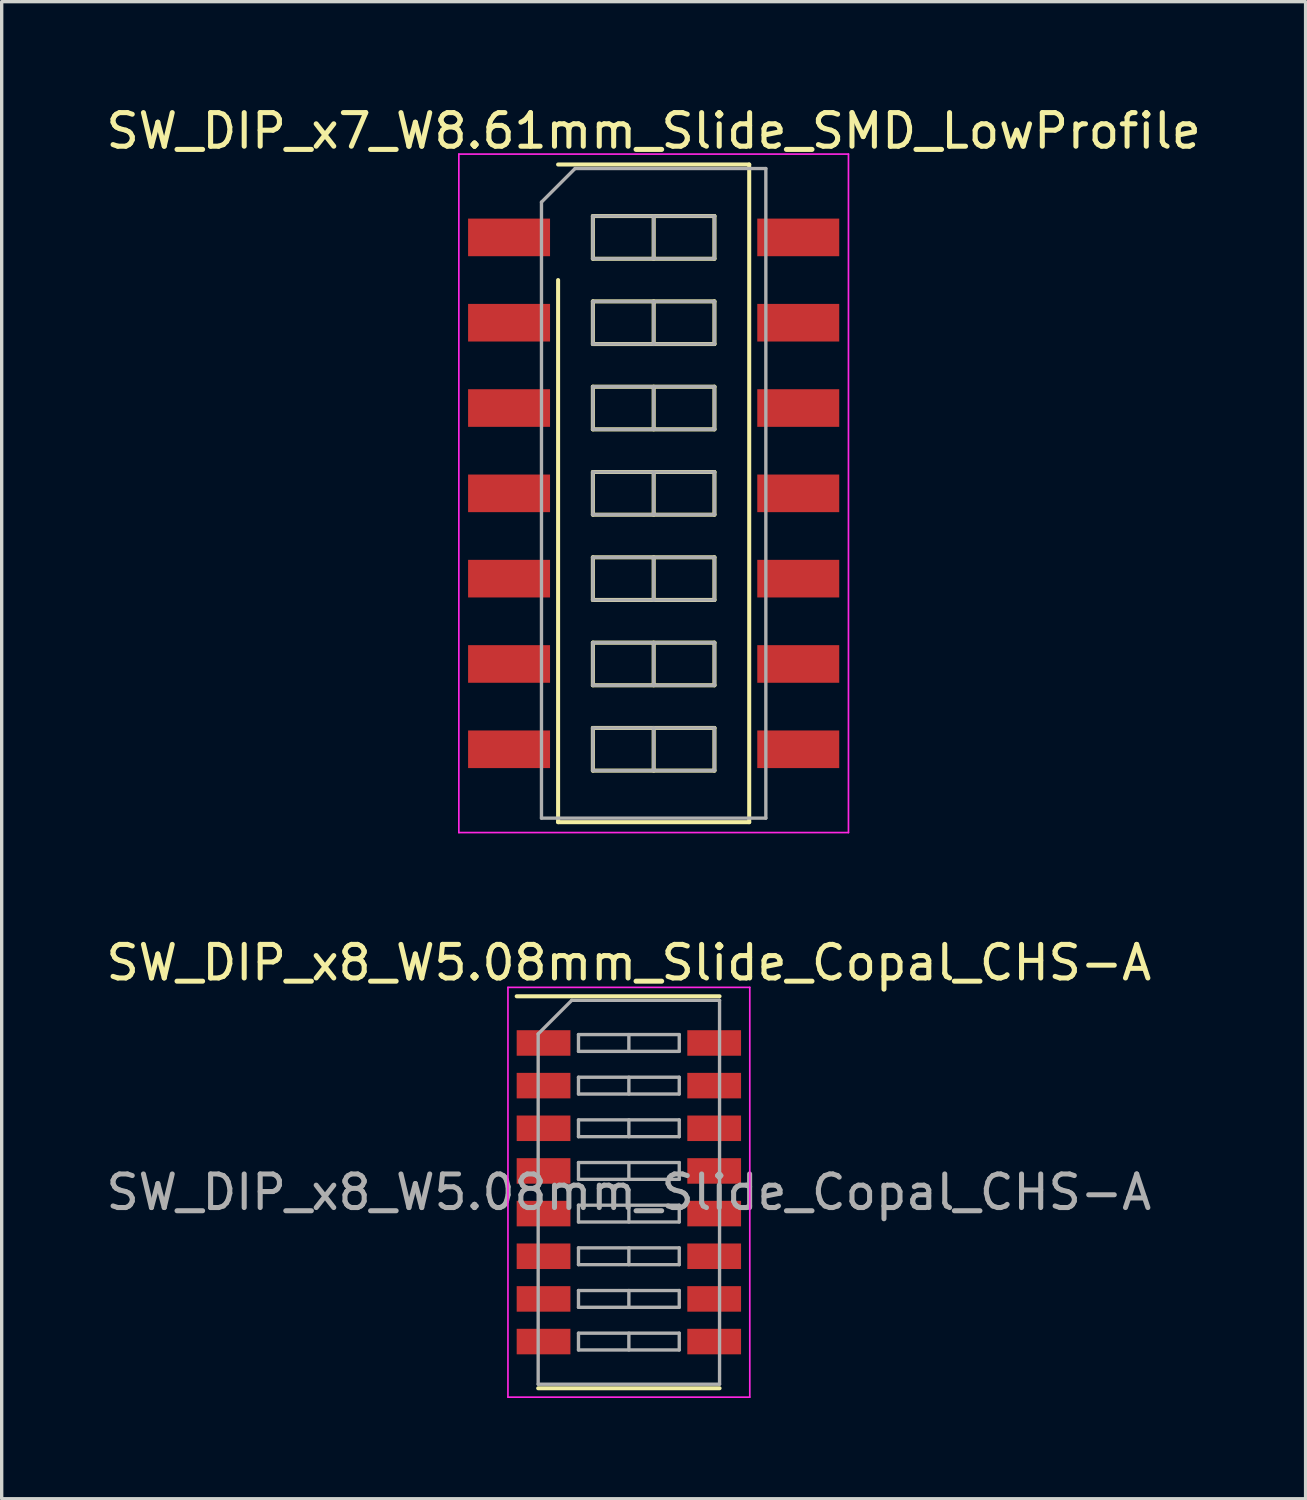
<source format=kicad_pcb>
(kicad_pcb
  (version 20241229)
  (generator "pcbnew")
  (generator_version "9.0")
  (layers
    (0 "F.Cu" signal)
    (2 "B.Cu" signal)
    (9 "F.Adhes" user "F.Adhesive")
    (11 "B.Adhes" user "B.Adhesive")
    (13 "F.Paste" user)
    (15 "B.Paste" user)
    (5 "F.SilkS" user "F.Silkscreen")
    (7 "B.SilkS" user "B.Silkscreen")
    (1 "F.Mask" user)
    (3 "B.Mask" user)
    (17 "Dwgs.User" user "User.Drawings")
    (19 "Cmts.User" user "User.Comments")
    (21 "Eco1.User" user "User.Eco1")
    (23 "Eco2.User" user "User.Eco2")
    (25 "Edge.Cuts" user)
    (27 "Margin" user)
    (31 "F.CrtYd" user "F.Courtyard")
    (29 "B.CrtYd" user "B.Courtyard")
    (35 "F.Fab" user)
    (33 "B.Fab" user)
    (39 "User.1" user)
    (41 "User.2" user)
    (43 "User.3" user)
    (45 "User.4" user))
  (footprint "SW_DIP_x7_W8.61mm_Slide_SMD_LowProfile"
    (layer "F.Cu")
    (at 16.411 11.638)
    (property "Reference" "SW_DIP_x7_W8.61mm_Slide_SMD_LowProfile" (at 0 -10.79 0) (layer "F.SilkS") (effects (font (size 1 1) (thickness 0.15))))
    (attr smd)
    (fp_line (start -2.845 -9.79) (end 2.845 -9.79) (stroke (width 0.12) (type solid)) (layer "F.SilkS"))
    (fp_line (start -2.845 9.79) (end -2.845 -6.35) (stroke (width 0.12) (type solid)) (layer "F.SilkS"))
    (fp_line (start -1.81 -8.255) (end -1.81 -6.985) (stroke (width 0.12) (type solid)) (layer "F.SilkS"))
    (fp_line (start -1.81 -6.985) (end 1.81 -6.985) (stroke (width 0.12) (type solid)) (layer "F.SilkS"))
    (fp_line (start -1.81 -5.715) (end -1.81 -4.445) (stroke (width 0.12) (type solid)) (layer "F.SilkS"))
    (fp_line (start -1.81 -4.445) (end 1.81 -4.445) (stroke (width 0.12) (type solid)) (layer "F.SilkS"))
    (fp_line (start -1.81 -3.175) (end -1.81 -1.905) (stroke (width 0.12) (type solid)) (layer "F.SilkS"))
    (fp_line (start -1.81 -1.905) (end 1.81 -1.905) (stroke (width 0.12) (type solid)) (layer "F.SilkS"))
    (fp_line (start -1.81 -0.635) (end -1.81 0.635) (stroke (width 0.12) (type solid)) (layer "F.SilkS"))
    (fp_line (start -1.81 0.635) (end 1.81 0.635) (stroke (width 0.12) (type solid)) (layer "F.SilkS"))
    (fp_line (start -1.81 1.905) (end -1.81 3.175) (stroke (width 0.12) (type solid)) (layer "F.SilkS"))
    (fp_line (start -1.81 3.175) (end 1.81 3.175) (stroke (width 0.12) (type solid)) (layer "F.SilkS"))
    (fp_line (start -1.81 4.445) (end -1.81 5.715) (stroke (width 0.12) (type solid)) (layer "F.SilkS"))
    (fp_line (start -1.81 5.715) (end 1.81 5.715) (stroke (width 0.12) (type solid)) (layer "F.SilkS"))
    (fp_line (start -1.81 6.985) (end -1.81 8.255) (stroke (width 0.12) (type solid)) (layer "F.SilkS"))
    (fp_line (start -1.81 8.255) (end 1.81 8.255) (stroke (width 0.12) (type solid)) (layer "F.SilkS"))
    (fp_line (start 0 -8.255) (end 0 -6.985) (stroke (width 0.12) (type solid)) (layer "F.SilkS"))
    (fp_line (start 0 -5.715) (end 0 -4.445) (stroke (width 0.12) (type solid)) (layer "F.SilkS"))
    (fp_line (start 0 -3.175) (end 0 -1.905) (stroke (width 0.12) (type solid)) (layer "F.SilkS"))
    (fp_line (start 0 -0.635) (end 0 0.635) (stroke (width 0.12) (type solid)) (layer "F.SilkS"))
    (fp_line (start 0 1.905) (end 0 3.175) (stroke (width 0.12) (type solid)) (layer "F.SilkS"))
    (fp_line (start 0 4.445) (end 0 5.715) (stroke (width 0.12) (type solid)) (layer "F.SilkS"))
    (fp_line (start 0 6.985) (end 0 8.255) (stroke (width 0.12) (type solid)) (layer "F.SilkS"))
    (fp_line (start 1.81 -8.255) (end -1.81 -8.255) (stroke (width 0.12) (type solid)) (layer "F.SilkS"))
    (fp_line (start 1.81 -6.985) (end 1.81 -8.255) (stroke (width 0.12) (type solid)) (layer "F.SilkS"))
    (fp_line (start 1.81 -5.715) (end -1.81 -5.715) (stroke (width 0.12) (type solid)) (layer "F.SilkS"))
    (fp_line (start 1.81 -4.445) (end 1.81 -5.715) (stroke (width 0.12) (type solid)) (layer "F.SilkS"))
    (fp_line (start 1.81 -3.175) (end -1.81 -3.175) (stroke (width 0.12) (type solid)) (layer "F.SilkS"))
    (fp_line (start 1.81 -1.905) (end 1.81 -3.175) (stroke (width 0.12) (type solid)) (layer "F.SilkS"))
    (fp_line (start 1.81 -0.635) (end -1.81 -0.635) (stroke (width 0.12) (type solid)) (layer "F.SilkS"))
    (fp_line (start 1.81 0.635) (end 1.81 -0.635) (stroke (width 0.12) (type solid)) (layer "F.SilkS"))
    (fp_line (start 1.81 1.905) (end -1.81 1.905) (stroke (width 0.12) (type solid)) (layer "F.SilkS"))
    (fp_line (start 1.81 3.175) (end 1.81 1.905) (stroke (width 0.12) (type solid)) (layer "F.SilkS"))
    (fp_line (start 1.81 4.445) (end -1.81 4.445) (stroke (width 0.12) (type solid)) (layer "F.SilkS"))
    (fp_line (start 1.81 5.715) (end 1.81 4.445) (stroke (width 0.12) (type solid)) (layer "F.SilkS"))
    (fp_line (start 1.81 6.985) (end -1.81 6.985) (stroke (width 0.12) (type solid)) (layer "F.SilkS"))
    (fp_line (start 1.81 8.255) (end 1.81 6.985) (stroke (width 0.12) (type solid)) (layer "F.SilkS"))
    (fp_line (start 2.845 -9.79) (end 2.845 9.79) (stroke (width 0.12) (type solid)) (layer "F.SilkS"))
    (fp_line (start 2.845 9.79) (end -2.845 9.79) (stroke (width 0.12) (type solid)) (layer "F.SilkS"))
    (fp_line (start -5.8 -10.1) (end -5.8 10.1) (stroke (width 0.05) (type solid)) (layer "F.CrtYd"))
    (fp_line (start -5.8 10.1) (end 5.8 10.1) (stroke (width 0.05) (type solid)) (layer "F.CrtYd"))
    (fp_line (start 5.8 -10.1) (end -5.8 -10.1) (stroke (width 0.05) (type solid)) (layer "F.CrtYd"))
    (fp_line (start 5.8 10.1) (end 5.8 -10.1) (stroke (width 0.05) (type solid)) (layer "F.CrtYd"))
    (fp_line (start -3.34 -8.67) (end -2.34 -9.67) (stroke (width 0.1) (type solid)) (layer "F.Fab"))
    (fp_line (start -3.34 9.67) (end -3.34 -8.67) (stroke (width 0.1) (type solid)) (layer "F.Fab"))
    (fp_line (start -2.34 -9.67) (end 3.34 -9.67) (stroke (width 0.1) (type solid)) (layer "F.Fab"))
    (fp_line (start -1.81 -8.255) (end -1.81 -6.985) (stroke (width 0.1) (type solid)) (layer "F.Fab"))
    (fp_line (start -1.81 -6.985) (end 1.81 -6.985) (stroke (width 0.1) (type solid)) (layer "F.Fab"))
    (fp_line (start -1.81 -5.715) (end -1.81 -4.445) (stroke (width 0.1) (type solid)) (layer "F.Fab"))
    (fp_line (start -1.81 -4.445) (end 1.81 -4.445) (stroke (width 0.1) (type solid)) (layer "F.Fab"))
    (fp_line (start -1.81 -3.175) (end -1.81 -1.905) (stroke (width 0.1) (type solid)) (layer "F.Fab"))
    (fp_line (start -1.81 -1.905) (end 1.81 -1.905) (stroke (width 0.1) (type solid)) (layer "F.Fab"))
    (fp_line (start -1.81 -0.635) (end -1.81 0.635) (stroke (width 0.1) (type solid)) (layer "F.Fab"))
    (fp_line (start -1.81 0.635) (end 1.81 0.635) (stroke (width 0.1) (type solid)) (layer "F.Fab"))
    (fp_line (start -1.81 1.905) (end -1.81 3.175) (stroke (width 0.1) (type solid)) (layer "F.Fab"))
    (fp_line (start -1.81 3.175) (end 1.81 3.175) (stroke (width 0.1) (type solid)) (layer "F.Fab"))
    (fp_line (start -1.81 4.445) (end -1.81 5.715) (stroke (width 0.1) (type solid)) (layer "F.Fab"))
    (fp_line (start -1.81 5.715) (end 1.81 5.715) (stroke (width 0.1) (type solid)) (layer "F.Fab"))
    (fp_line (start -1.81 6.985) (end -1.81 8.255) (stroke (width 0.1) (type solid)) (layer "F.Fab"))
    (fp_line (start -1.81 8.255) (end 1.81 8.255) (stroke (width 0.1) (type solid)) (layer "F.Fab"))
    (fp_line (start 0 -8.255) (end 0 -6.985) (stroke (width 0.1) (type solid)) (layer "F.Fab"))
    (fp_line (start 0 -5.715) (end 0 -4.445) (stroke (width 0.1) (type solid)) (layer "F.Fab"))
    (fp_line (start 0 -3.175) (end 0 -1.905) (stroke (width 0.1) (type solid)) (layer "F.Fab"))
    (fp_line (start 0 -0.635) (end 0 0.635) (stroke (width 0.1) (type solid)) (layer "F.Fab"))
    (fp_line (start 0 1.905) (end 0 3.175) (stroke (width 0.1) (type solid)) (layer "F.Fab"))
    (fp_line (start 0 4.445) (end 0 5.715) (stroke (width 0.1) (type solid)) (layer "F.Fab"))
    (fp_line (start 0 6.985) (end 0 8.255) (stroke (width 0.1) (type solid)) (layer "F.Fab"))
    (fp_line (start 1.81 -8.255) (end -1.81 -8.255) (stroke (width 0.1) (type solid)) (layer "F.Fab"))
    (fp_line (start 1.81 -6.985) (end 1.81 -8.255) (stroke (width 0.1) (type solid)) (layer "F.Fab"))
    (fp_line (start 1.81 -5.715) (end -1.81 -5.715) (stroke (width 0.1) (type solid)) (layer "F.Fab"))
    (fp_line (start 1.81 -4.445) (end 1.81 -5.715) (stroke (width 0.1) (type solid)) (layer "F.Fab"))
    (fp_line (start 1.81 -3.175) (end -1.81 -3.175) (stroke (width 0.1) (type solid)) (layer "F.Fab"))
    (fp_line (start 1.81 -1.905) (end 1.81 -3.175) (stroke (width 0.1) (type solid)) (layer "F.Fab"))
    (fp_line (start 1.81 -0.635) (end -1.81 -0.635) (stroke (width 0.1) (type solid)) (layer "F.Fab"))
    (fp_line (start 1.81 0.635) (end 1.81 -0.635) (stroke (width 0.1) (type solid)) (layer "F.Fab"))
    (fp_line (start 1.81 1.905) (end -1.81 1.905) (stroke (width 0.1) (type solid)) (layer "F.Fab"))
    (fp_line (start 1.81 3.175) (end 1.81 1.905) (stroke (width 0.1) (type solid)) (layer "F.Fab"))
    (fp_line (start 1.81 4.445) (end -1.81 4.445) (stroke (width 0.1) (type solid)) (layer "F.Fab"))
    (fp_line (start 1.81 5.715) (end 1.81 4.445) (stroke (width 0.1) (type solid)) (layer "F.Fab"))
    (fp_line (start 1.81 6.985) (end -1.81 6.985) (stroke (width 0.1) (type solid)) (layer "F.Fab"))
    (fp_line (start 1.81 8.255) (end 1.81 6.985) (stroke (width 0.1) (type solid)) (layer "F.Fab"))
    (fp_line (start 3.34 -9.67) (end 3.34 9.67) (stroke (width 0.1) (type solid)) (layer "F.Fab"))
    (fp_line (start 3.34 9.67) (end -3.34 9.67) (stroke (width 0.1) (type solid)) (layer "F.Fab"))
    (pad "1" smd rect (at -4.305 -7.62) (size 2.44 1.12) (layers "F.Cu" "F.Mask"))
    (pad "2" smd rect (at -4.305 -5.08) (size 2.44 1.12) (layers "F.Cu" "F.Mask"))
    (pad "3" smd rect (at -4.305 -2.54) (size 2.44 1.12) (layers "F.Cu" "F.Mask"))
    (pad "4" smd rect (at -4.305 0) (size 2.44 1.12) (layers "F.Cu" "F.Mask"))
    (pad "5" smd rect (at -4.305 2.54) (size 2.44 1.12) (layers "F.Cu" "F.Mask"))
    (pad "6" smd rect (at -4.305 5.08) (size 2.44 1.12) (layers "F.Cu" "F.Mask"))
    (pad "7" smd rect (at -4.305 7.62) (size 2.44 1.12) (layers "F.Cu" "F.Mask"))
    (pad "8" smd rect (at 4.305 7.62) (size 2.44 1.12) (layers "F.Cu" "F.Mask"))
    (pad "9" smd rect (at 4.305 5.08) (size 2.44 1.12) (layers "F.Cu" "F.Mask"))
    (pad "10" smd rect (at 4.305 2.54) (size 2.44 1.12) (layers "F.Cu" "F.Mask"))
    (pad "11" smd rect (at 4.305 0) (size 2.44 1.12) (layers "F.Cu" "F.Mask"))
    (pad "12" smd rect (at 4.305 -2.54) (size 2.44 1.12) (layers "F.Cu" "F.Mask"))
    (pad "13" smd rect (at 4.305 -5.08) (size 2.44 1.12) (layers "F.Cu" "F.Mask"))
    (pad "14" smd rect (at 4.305 -7.62) (size 2.44 1.12) (layers "F.Cu" "F.Mask")))
  (footprint "SW_DIP_x8_W5.08mm_Slide_Copal_CHS-A"
    (layer "F.Cu")
    (at 15.673 32.447)
    (property "Reference" "SW_DIP_x8_W5.08mm_Slide_Copal_CHS-A" (at 0 -6.835 0) (layer "F.SilkS") (effects (font (size 1 1) (thickness 0.15))))
    (attr smd)
    (fp_line (start -3.34 -5.835) (end 2.7 -5.835) (stroke (width 0.12) (type solid)) (layer "F.SilkS"))
    (fp_line (start -2.7 5.835) (end 2.7 5.835) (stroke (width 0.12) (type solid)) (layer "F.SilkS"))
    (fp_line (start -3.6 -6.1) (end -3.6 6.1) (stroke (width 0.05) (type solid)) (layer "F.CrtYd"))
    (fp_line (start -3.6 6.1) (end 3.6 6.1) (stroke (width 0.05) (type solid)) (layer "F.CrtYd"))
    (fp_line (start 3.6 -6.1) (end -3.6 -6.1) (stroke (width 0.05) (type solid)) (layer "F.CrtYd"))
    (fp_line (start 3.6 6.1) (end 3.6 -6.1) (stroke (width 0.05) (type solid)) (layer "F.CrtYd"))
    (fp_line (start -2.7 -4.715) (end -1.7 -5.715) (stroke (width 0.1) (type solid)) (layer "F.Fab"))
    (fp_line (start -2.7 5.715) (end -2.7 -4.715) (stroke (width 0.1) (type solid)) (layer "F.Fab"))
    (fp_line (start -1.7 -5.715) (end 2.7 -5.715) (stroke (width 0.1) (type solid)) (layer "F.Fab"))
    (fp_line (start -1.5 -4.695) (end -1.5 -4.195) (stroke (width 0.1) (type solid)) (layer "F.Fab"))
    (fp_line (start -1.5 -4.195) (end 1.5 -4.195) (stroke (width 0.1) (type solid)) (layer "F.Fab"))
    (fp_line (start -1.5 -3.425) (end -1.5 -2.925) (stroke (width 0.1) (type solid)) (layer "F.Fab"))
    (fp_line (start -1.5 -2.925) (end 1.5 -2.925) (stroke (width 0.1) (type solid)) (layer "F.Fab"))
    (fp_line (start -1.5 -2.155) (end -1.5 -1.655) (stroke (width 0.1) (type solid)) (layer "F.Fab"))
    (fp_line (start -1.5 -1.655) (end 1.5 -1.655) (stroke (width 0.1) (type solid)) (layer "F.Fab"))
    (fp_line (start -1.5 -0.885) (end -1.5 -0.385) (stroke (width 0.1) (type solid)) (layer "F.Fab"))
    (fp_line (start -1.5 -0.385) (end 1.5 -0.385) (stroke (width 0.1) (type solid)) (layer "F.Fab"))
    (fp_line (start -1.5 0.385) (end -1.5 0.885) (stroke (width 0.1) (type solid)) (layer "F.Fab"))
    (fp_line (start -1.5 0.885) (end 1.5 0.885) (stroke (width 0.1) (type solid)) (layer "F.Fab"))
    (fp_line (start -1.5 1.655) (end -1.5 2.155) (stroke (width 0.1) (type solid)) (layer "F.Fab"))
    (fp_line (start -1.5 2.155) (end 1.5 2.155) (stroke (width 0.1) (type solid)) (layer "F.Fab"))
    (fp_line (start -1.5 2.925) (end -1.5 3.425) (stroke (width 0.1) (type solid)) (layer "F.Fab"))
    (fp_line (start -1.5 3.425) (end 1.5 3.425) (stroke (width 0.1) (type solid)) (layer "F.Fab"))
    (fp_line (start -1.5 4.195) (end -1.5 4.695) (stroke (width 0.1) (type solid)) (layer "F.Fab"))
    (fp_line (start -1.5 4.695) (end 1.5 4.695) (stroke (width 0.1) (type solid)) (layer "F.Fab"))
    (fp_line (start 0 -4.695) (end 0 -4.195) (stroke (width 0.1) (type solid)) (layer "F.Fab"))
    (fp_line (start 0 -3.425) (end 0 -2.925) (stroke (width 0.1) (type solid)) (layer "F.Fab"))
    (fp_line (start 0 -2.155) (end 0 -1.655) (stroke (width 0.1) (type solid)) (layer "F.Fab"))
    (fp_line (start 0 -0.885) (end 0 -0.385) (stroke (width 0.1) (type solid)) (layer "F.Fab"))
    (fp_line (start 0 0.385) (end 0 0.885) (stroke (width 0.1) (type solid)) (layer "F.Fab"))
    (fp_line (start 0 1.655) (end 0 2.155) (stroke (width 0.1) (type solid)) (layer "F.Fab"))
    (fp_line (start 0 2.925) (end 0 3.425) (stroke (width 0.1) (type solid)) (layer "F.Fab"))
    (fp_line (start 0 4.195) (end 0 4.695) (stroke (width 0.1) (type solid)) (layer "F.Fab"))
    (fp_line (start 1.5 -4.695) (end -1.5 -4.695) (stroke (width 0.1) (type solid)) (layer "F.Fab"))
    (fp_line (start 1.5 -4.195) (end 1.5 -4.695) (stroke (width 0.1) (type solid)) (layer "F.Fab"))
    (fp_line (start 1.5 -3.425) (end -1.5 -3.425) (stroke (width 0.1) (type solid)) (layer "F.Fab"))
    (fp_line (start 1.5 -2.925) (end 1.5 -3.425) (stroke (width 0.1) (type solid)) (layer "F.Fab"))
    (fp_line (start 1.5 -2.155) (end -1.5 -2.155) (stroke (width 0.1) (type solid)) (layer "F.Fab"))
    (fp_line (start 1.5 -1.655) (end 1.5 -2.155) (stroke (width 0.1) (type solid)) (layer "F.Fab"))
    (fp_line (start 1.5 -0.885) (end -1.5 -0.885) (stroke (width 0.1) (type solid)) (layer "F.Fab"))
    (fp_line (start 1.5 -0.385) (end 1.5 -0.885) (stroke (width 0.1) (type solid)) (layer "F.Fab"))
    (fp_line (start 1.5 0.385) (end -1.5 0.385) (stroke (width 0.1) (type solid)) (layer "F.Fab"))
    (fp_line (start 1.5 0.885) (end 1.5 0.385) (stroke (width 0.1) (type solid)) (layer "F.Fab"))
    (fp_line (start 1.5 1.655) (end -1.5 1.655) (stroke (width 0.1) (type solid)) (layer "F.Fab"))
    (fp_line (start 1.5 2.155) (end 1.5 1.655) (stroke (width 0.1) (type solid)) (layer "F.Fab"))
    (fp_line (start 1.5 2.925) (end -1.5 2.925) (stroke (width 0.1) (type solid)) (layer "F.Fab"))
    (fp_line (start 1.5 3.425) (end 1.5 2.925) (stroke (width 0.1) (type solid)) (layer "F.Fab"))
    (fp_line (start 1.5 4.195) (end -1.5 4.195) (stroke (width 0.1) (type solid)) (layer "F.Fab"))
    (fp_line (start 1.5 4.695) (end 1.5 4.195) (stroke (width 0.1) (type solid)) (layer "F.Fab"))
    (fp_line (start 2.7 -5.715) (end 2.7 5.715) (stroke (width 0.1) (type solid)) (layer "F.Fab"))
    (fp_line (start 2.7 5.715) (end -2.7 5.715) (stroke (width 0.1) (type solid)) (layer "F.Fab"))
    (fp_text user "${REFERENCE}" (at 0 0 0) (layer "F.Fab") (effects (font (size 1 1) (thickness 0.15))))
    (pad "1" smd rect (at -2.54 -4.445) (size 1.6 0.76) (layers "F.Cu" "F.Mask" "F.Paste"))
    (pad "2" smd rect (at -2.54 -3.175) (size 1.6 0.76) (layers "F.Cu" "F.Mask" "F.Paste"))
    (pad "3" smd rect (at -2.54 -1.905) (size 1.6 0.76) (layers "F.Cu" "F.Mask" "F.Paste"))
    (pad "4" smd rect (at -2.54 -0.635) (size 1.6 0.76) (layers "F.Cu" "F.Mask" "F.Paste"))
    (pad "5" smd rect (at -2.54 0.635) (size 1.6 0.76) (layers "F.Cu" "F.Mask" "F.Paste"))
    (pad "6" smd rect (at -2.54 1.905) (size 1.6 0.76) (layers "F.Cu" "F.Mask" "F.Paste"))
    (pad "7" smd rect (at -2.54 3.175) (size 1.6 0.76) (layers "F.Cu" "F.Mask" "F.Paste"))
    (pad "8" smd rect (at -2.54 4.445) (size 1.6 0.76) (layers "F.Cu" "F.Mask" "F.Paste"))
    (pad "9" smd rect (at 2.54 4.445) (size 1.6 0.76) (layers "F.Cu" "F.Mask" "F.Paste"))
    (pad "10" smd rect (at 2.54 3.175) (size 1.6 0.76) (layers "F.Cu" "F.Mask" "F.Paste"))
    (pad "11" smd rect (at 2.54 1.905) (size 1.6 0.76) (layers "F.Cu" "F.Mask" "F.Paste"))
    (pad "12" smd rect (at 2.54 0.635) (size 1.6 0.76) (layers "F.Cu" "F.Mask" "F.Paste"))
    (pad "13" smd rect (at 2.54 -0.635) (size 1.6 0.76) (layers "F.Cu" "F.Mask" "F.Paste"))
    (pad "14" smd rect (at 2.54 -1.905) (size 1.6 0.76) (layers "F.Cu" "F.Mask" "F.Paste"))
    (pad "15" smd rect (at 2.54 -3.175) (size 1.6 0.76) (layers "F.Cu" "F.Mask" "F.Paste"))
    (pad "16" smd rect (at 2.54 -4.445) (size 1.6 0.76) (layers "F.Cu" "F.Mask" "F.Paste")))
  (gr_rect
    (start -3 -3)
    (end 35.821 41.572)
    (stroke (width 0.1) (type default))
    (fill no)
    (layer "Edge.Cuts")))
</source>
